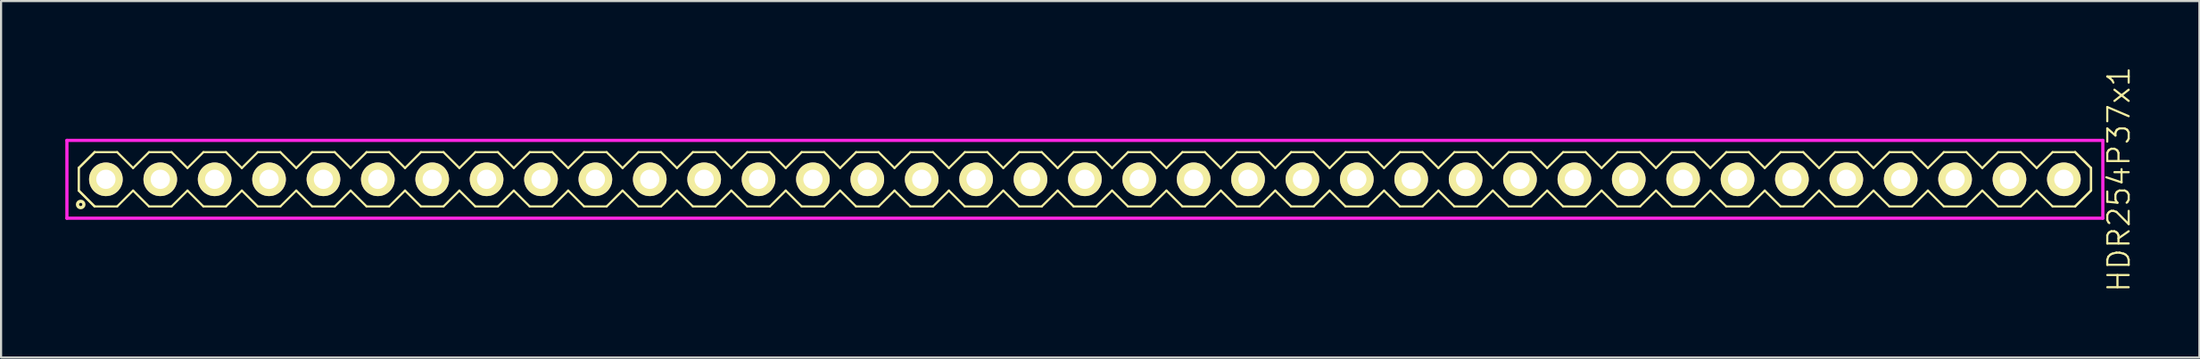
<source format=kicad_pcb>
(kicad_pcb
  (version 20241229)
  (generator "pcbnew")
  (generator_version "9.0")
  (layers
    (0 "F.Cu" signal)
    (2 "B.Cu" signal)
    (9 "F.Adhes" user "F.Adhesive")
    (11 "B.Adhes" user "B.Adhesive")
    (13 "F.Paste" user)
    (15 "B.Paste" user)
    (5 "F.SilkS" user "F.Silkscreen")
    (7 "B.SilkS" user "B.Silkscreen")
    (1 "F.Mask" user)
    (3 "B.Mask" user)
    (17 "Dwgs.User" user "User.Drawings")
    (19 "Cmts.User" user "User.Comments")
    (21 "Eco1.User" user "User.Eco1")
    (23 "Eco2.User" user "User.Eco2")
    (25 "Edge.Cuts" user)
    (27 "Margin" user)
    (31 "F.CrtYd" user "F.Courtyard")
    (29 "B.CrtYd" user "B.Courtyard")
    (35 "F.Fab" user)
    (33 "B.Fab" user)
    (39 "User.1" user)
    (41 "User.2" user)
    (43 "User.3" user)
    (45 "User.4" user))
  (footprint "HDR254P37x1"
    (layer "F.Cu")
    (at 47.615 5.336)
    (property "Reference" "HDR254P37x1" (at 48.29 0 90) (layer "F.SilkS") (effects (font (size 1 1) (thickness 0.1))))
    (attr through_hole)
    (fp_line (start -46.99 -0.526) (end -46.246 -1.27) (stroke (width 0.1) (type solid)) (layer "F.SilkS"))
    (fp_line (start -46.99 -0.526) (end -46.246 -1.27) (stroke (width 0.1) (type solid)) (layer "F.SilkS"))
    (fp_line (start -46.99 0.526) (end -46.99 -0.526) (stroke (width 0.1) (type solid)) (layer "F.SilkS"))
    (fp_line (start -46.99 0.526) (end -46.99 -0.526) (stroke (width 0.1) (type solid)) (layer "F.SilkS"))
    (fp_line (start -46.246 -1.27) (end -45.194 -1.27) (stroke (width 0.1) (type solid)) (layer "F.SilkS"))
    (fp_line (start -46.246 1.27) (end -46.99 0.526) (stroke (width 0.1) (type solid)) (layer "F.SilkS"))
    (fp_line (start -46.246 1.27) (end -46.99 0.526) (stroke (width 0.1) (type solid)) (layer "F.SilkS"))
    (fp_line (start -45.194 -1.27) (end -44.45 -0.526) (stroke (width 0.1) (type solid)) (layer "F.SilkS"))
    (fp_line (start -45.194 1.27) (end -46.246 1.27) (stroke (width 0.1) (type solid)) (layer "F.SilkS"))
    (fp_line (start -44.45 -0.526) (end -43.706 -1.27) (stroke (width 0.1) (type solid)) (layer "F.SilkS"))
    (fp_line (start -44.45 0.526) (end -45.194 1.27) (stroke (width 0.1) (type solid)) (layer "F.SilkS"))
    (fp_line (start -43.706 -1.27) (end -42.654 -1.27) (stroke (width 0.1) (type solid)) (layer "F.SilkS"))
    (fp_line (start -43.706 1.27) (end -44.45 0.526) (stroke (width 0.1) (type solid)) (layer "F.SilkS"))
    (fp_line (start -42.654 -1.27) (end -41.91 -0.526) (stroke (width 0.1) (type solid)) (layer "F.SilkS"))
    (fp_line (start -42.654 1.27) (end -43.706 1.27) (stroke (width 0.1) (type solid)) (layer "F.SilkS"))
    (fp_line (start -41.91 -0.526) (end -41.166 -1.27) (stroke (width 0.1) (type solid)) (layer "F.SilkS"))
    (fp_line (start -41.91 0.526) (end -42.654 1.27) (stroke (width 0.1) (type solid)) (layer "F.SilkS"))
    (fp_line (start -41.166 -1.27) (end -40.114 -1.27) (stroke (width 0.1) (type solid)) (layer "F.SilkS"))
    (fp_line (start -41.166 1.27) (end -41.91 0.526) (stroke (width 0.1) (type solid)) (layer "F.SilkS"))
    (fp_line (start -40.114 -1.27) (end -39.37 -0.526) (stroke (width 0.1) (type solid)) (layer "F.SilkS"))
    (fp_line (start -40.114 1.27) (end -41.166 1.27) (stroke (width 0.1) (type solid)) (layer "F.SilkS"))
    (fp_line (start -39.37 -0.526) (end -38.626 -1.27) (stroke (width 0.1) (type solid)) (layer "F.SilkS"))
    (fp_line (start -39.37 0.526) (end -40.114 1.27) (stroke (width 0.1) (type solid)) (layer "F.SilkS"))
    (fp_line (start -38.626 -1.27) (end -37.574 -1.27) (stroke (width 0.1) (type solid)) (layer "F.SilkS"))
    (fp_line (start -38.626 1.27) (end -39.37 0.526) (stroke (width 0.1) (type solid)) (layer "F.SilkS"))
    (fp_line (start -37.574 -1.27) (end -36.83 -0.526) (stroke (width 0.1) (type solid)) (layer "F.SilkS"))
    (fp_line (start -37.574 1.27) (end -38.626 1.27) (stroke (width 0.1) (type solid)) (layer "F.SilkS"))
    (fp_line (start -36.83 -0.526) (end -36.086 -1.27) (stroke (width 0.1) (type solid)) (layer "F.SilkS"))
    (fp_line (start -36.83 0.526) (end -37.574 1.27) (stroke (width 0.1) (type solid)) (layer "F.SilkS"))
    (fp_line (start -36.086 -1.27) (end -35.034 -1.27) (stroke (width 0.1) (type solid)) (layer "F.SilkS"))
    (fp_line (start -36.086 1.27) (end -36.83 0.526) (stroke (width 0.1) (type solid)) (layer "F.SilkS"))
    (fp_line (start -35.034 -1.27) (end -34.29 -0.526) (stroke (width 0.1) (type solid)) (layer "F.SilkS"))
    (fp_line (start -35.034 1.27) (end -36.086 1.27) (stroke (width 0.1) (type solid)) (layer "F.SilkS"))
    (fp_line (start -34.29 -0.526) (end -33.546 -1.27) (stroke (width 0.1) (type solid)) (layer "F.SilkS"))
    (fp_line (start -34.29 0.526) (end -35.034 1.27) (stroke (width 0.1) (type solid)) (layer "F.SilkS"))
    (fp_line (start -33.546 -1.27) (end -32.494 -1.27) (stroke (width 0.1) (type solid)) (layer "F.SilkS"))
    (fp_line (start -33.546 1.27) (end -34.29 0.526) (stroke (width 0.1) (type solid)) (layer "F.SilkS"))
    (fp_line (start -32.494 -1.27) (end -31.75 -0.526) (stroke (width 0.1) (type solid)) (layer "F.SilkS"))
    (fp_line (start -32.494 1.27) (end -33.546 1.27) (stroke (width 0.1) (type solid)) (layer "F.SilkS"))
    (fp_line (start -31.75 -0.526) (end -31.006 -1.27) (stroke (width 0.1) (type solid)) (layer "F.SilkS"))
    (fp_line (start -31.75 0.526) (end -32.494 1.27) (stroke (width 0.1) (type solid)) (layer "F.SilkS"))
    (fp_line (start -31.006 -1.27) (end -29.954 -1.27) (stroke (width 0.1) (type solid)) (layer "F.SilkS"))
    (fp_line (start -31.006 1.27) (end -31.75 0.526) (stroke (width 0.1) (type solid)) (layer "F.SilkS"))
    (fp_line (start -29.954 -1.27) (end -29.21 -0.526) (stroke (width 0.1) (type solid)) (layer "F.SilkS"))
    (fp_line (start -29.954 1.27) (end -31.006 1.27) (stroke (width 0.1) (type solid)) (layer "F.SilkS"))
    (fp_line (start -29.21 -0.526) (end -28.466 -1.27) (stroke (width 0.1) (type solid)) (layer "F.SilkS"))
    (fp_line (start -29.21 0.526) (end -29.954 1.27) (stroke (width 0.1) (type solid)) (layer "F.SilkS"))
    (fp_line (start -28.466 -1.27) (end -27.414 -1.27) (stroke (width 0.1) (type solid)) (layer "F.SilkS"))
    (fp_line (start -28.466 1.27) (end -29.21 0.526) (stroke (width 0.1) (type solid)) (layer "F.SilkS"))
    (fp_line (start -27.414 -1.27) (end -26.67 -0.526) (stroke (width 0.1) (type solid)) (layer "F.SilkS"))
    (fp_line (start -27.414 1.27) (end -28.466 1.27) (stroke (width 0.1) (type solid)) (layer "F.SilkS"))
    (fp_line (start -26.67 -0.526) (end -25.926 -1.27) (stroke (width 0.1) (type solid)) (layer "F.SilkS"))
    (fp_line (start -26.67 0.526) (end -27.414 1.27) (stroke (width 0.1) (type solid)) (layer "F.SilkS"))
    (fp_line (start -25.926 -1.27) (end -24.874 -1.27) (stroke (width 0.1) (type solid)) (layer "F.SilkS"))
    (fp_line (start -25.926 1.27) (end -26.67 0.526) (stroke (width 0.1) (type solid)) (layer "F.SilkS"))
    (fp_line (start -24.874 -1.27) (end -24.13 -0.526) (stroke (width 0.1) (type solid)) (layer "F.SilkS"))
    (fp_line (start -24.874 1.27) (end -25.926 1.27) (stroke (width 0.1) (type solid)) (layer "F.SilkS"))
    (fp_line (start -24.13 -0.526) (end -23.386 -1.27) (stroke (width 0.1) (type solid)) (layer "F.SilkS"))
    (fp_line (start -24.13 0.526) (end -24.874 1.27) (stroke (width 0.1) (type solid)) (layer "F.SilkS"))
    (fp_line (start -23.386 -1.27) (end -22.334 -1.27) (stroke (width 0.1) (type solid)) (layer "F.SilkS"))
    (fp_line (start -23.386 1.27) (end -24.13 0.526) (stroke (width 0.1) (type solid)) (layer "F.SilkS"))
    (fp_line (start -22.334 -1.27) (end -21.59 -0.526) (stroke (width 0.1) (type solid)) (layer "F.SilkS"))
    (fp_line (start -22.334 1.27) (end -23.386 1.27) (stroke (width 0.1) (type solid)) (layer "F.SilkS"))
    (fp_line (start -21.59 -0.526) (end -20.846 -1.27) (stroke (width 0.1) (type solid)) (layer "F.SilkS"))
    (fp_line (start -21.59 0.526) (end -22.334 1.27) (stroke (width 0.1) (type solid)) (layer "F.SilkS"))
    (fp_line (start -20.846 -1.27) (end -19.794 -1.27) (stroke (width 0.1) (type solid)) (layer "F.SilkS"))
    (fp_line (start -20.846 1.27) (end -21.59 0.526) (stroke (width 0.1) (type solid)) (layer "F.SilkS"))
    (fp_line (start -19.794 -1.27) (end -19.05 -0.526) (stroke (width 0.1) (type solid)) (layer "F.SilkS"))
    (fp_line (start -19.794 1.27) (end -20.846 1.27) (stroke (width 0.1) (type solid)) (layer "F.SilkS"))
    (fp_line (start -19.05 -0.526) (end -18.306 -1.27) (stroke (width 0.1) (type solid)) (layer "F.SilkS"))
    (fp_line (start -19.05 0.526) (end -19.794 1.27) (stroke (width 0.1) (type solid)) (layer "F.SilkS"))
    (fp_line (start -18.306 -1.27) (end -17.254 -1.27) (stroke (width 0.1) (type solid)) (layer "F.SilkS"))
    (fp_line (start -18.306 1.27) (end -19.05 0.526) (stroke (width 0.1) (type solid)) (layer "F.SilkS"))
    (fp_line (start -17.254 -1.27) (end -16.51 -0.526) (stroke (width 0.1) (type solid)) (layer "F.SilkS"))
    (fp_line (start -17.254 1.27) (end -18.306 1.27) (stroke (width 0.1) (type solid)) (layer "F.SilkS"))
    (fp_line (start -16.51 -0.526) (end -15.766 -1.27) (stroke (width 0.1) (type solid)) (layer "F.SilkS"))
    (fp_line (start -16.51 0.526) (end -17.254 1.27) (stroke (width 0.1) (type solid)) (layer "F.SilkS"))
    (fp_line (start -15.766 -1.27) (end -14.714 -1.27) (stroke (width 0.1) (type solid)) (layer "F.SilkS"))
    (fp_line (start -15.766 1.27) (end -16.51 0.526) (stroke (width 0.1) (type solid)) (layer "F.SilkS"))
    (fp_line (start -14.714 -1.27) (end -13.97 -0.526) (stroke (width 0.1) (type solid)) (layer "F.SilkS"))
    (fp_line (start -14.714 1.27) (end -15.766 1.27) (stroke (width 0.1) (type solid)) (layer "F.SilkS"))
    (fp_line (start -13.97 -0.526) (end -13.226 -1.27) (stroke (width 0.1) (type solid)) (layer "F.SilkS"))
    (fp_line (start -13.97 0.526) (end -14.714 1.27) (stroke (width 0.1) (type solid)) (layer "F.SilkS"))
    (fp_line (start -13.226 -1.27) (end -12.174 -1.27) (stroke (width 0.1) (type solid)) (layer "F.SilkS"))
    (fp_line (start -13.226 1.27) (end -13.97 0.526) (stroke (width 0.1) (type solid)) (layer "F.SilkS"))
    (fp_line (start -12.174 -1.27) (end -11.43 -0.526) (stroke (width 0.1) (type solid)) (layer "F.SilkS"))
    (fp_line (start -12.174 1.27) (end -13.226 1.27) (stroke (width 0.1) (type solid)) (layer "F.SilkS"))
    (fp_line (start -11.43 -0.526) (end -10.686 -1.27) (stroke (width 0.1) (type solid)) (layer "F.SilkS"))
    (fp_line (start -11.43 0.526) (end -12.174 1.27) (stroke (width 0.1) (type solid)) (layer "F.SilkS"))
    (fp_line (start -10.686 -1.27) (end -9.634 -1.27) (stroke (width 0.1) (type solid)) (layer "F.SilkS"))
    (fp_line (start -10.686 1.27) (end -11.43 0.526) (stroke (width 0.1) (type solid)) (layer "F.SilkS"))
    (fp_line (start -9.634 -1.27) (end -8.89 -0.526) (stroke (width 0.1) (type solid)) (layer "F.SilkS"))
    (fp_line (start -9.634 1.27) (end -10.686 1.27) (stroke (width 0.1) (type solid)) (layer "F.SilkS"))
    (fp_line (start -8.89 -0.526) (end -8.146 -1.27) (stroke (width 0.1) (type solid)) (layer "F.SilkS"))
    (fp_line (start -8.89 0.526) (end -9.634 1.27) (stroke (width 0.1) (type solid)) (layer "F.SilkS"))
    (fp_line (start -8.146 -1.27) (end -7.094 -1.27) (stroke (width 0.1) (type solid)) (layer "F.SilkS"))
    (fp_line (start -8.146 1.27) (end -8.89 0.526) (stroke (width 0.1) (type solid)) (layer "F.SilkS"))
    (fp_line (start -7.094 -1.27) (end -6.35 -0.526) (stroke (width 0.1) (type solid)) (layer "F.SilkS"))
    (fp_line (start -7.094 1.27) (end -8.146 1.27) (stroke (width 0.1) (type solid)) (layer "F.SilkS"))
    (fp_line (start -6.35 -0.526) (end -5.606 -1.27) (stroke (width 0.1) (type solid)) (layer "F.SilkS"))
    (fp_line (start -6.35 0.526) (end -7.094 1.27) (stroke (width 0.1) (type solid)) (layer "F.SilkS"))
    (fp_line (start -5.606 -1.27) (end -4.554 -1.27) (stroke (width 0.1) (type solid)) (layer "F.SilkS"))
    (fp_line (start -5.606 1.27) (end -6.35 0.526) (stroke (width 0.1) (type solid)) (layer "F.SilkS"))
    (fp_line (start -4.554 -1.27) (end -3.81 -0.526) (stroke (width 0.1) (type solid)) (layer "F.SilkS"))
    (fp_line (start -4.554 1.27) (end -5.606 1.27) (stroke (width 0.1) (type solid)) (layer "F.SilkS"))
    (fp_line (start -3.81 -0.526) (end -3.066 -1.27) (stroke (width 0.1) (type solid)) (layer "F.SilkS"))
    (fp_line (start -3.81 0.526) (end -4.554 1.27) (stroke (width 0.1) (type solid)) (layer "F.SilkS"))
    (fp_line (start -3.066 -1.27) (end -2.014 -1.27) (stroke (width 0.1) (type solid)) (layer "F.SilkS"))
    (fp_line (start -3.066 1.27) (end -3.81 0.526) (stroke (width 0.1) (type solid)) (layer "F.SilkS"))
    (fp_line (start -2.014 -1.27) (end -1.27 -0.526) (stroke (width 0.1) (type solid)) (layer "F.SilkS"))
    (fp_line (start -2.014 1.27) (end -3.066 1.27) (stroke (width 0.1) (type solid)) (layer "F.SilkS"))
    (fp_line (start -1.27 -0.526) (end -0.526 -1.27) (stroke (width 0.1) (type solid)) (layer "F.SilkS"))
    (fp_line (start -1.27 0.526) (end -2.014 1.27) (stroke (width 0.1) (type solid)) (layer "F.SilkS"))
    (fp_line (start -0.526 -1.27) (end 0.526 -1.27) (stroke (width 0.1) (type solid)) (layer "F.SilkS"))
    (fp_line (start -0.526 1.27) (end -1.27 0.526) (stroke (width 0.1) (type solid)) (layer "F.SilkS"))
    (fp_line (start 0.526 -1.27) (end 1.27 -0.526) (stroke (width 0.1) (type solid)) (layer "F.SilkS"))
    (fp_line (start 0.526 1.27) (end -0.526 1.27) (stroke (width 0.1) (type solid)) (layer "F.SilkS"))
    (fp_line (start 1.27 -0.526) (end 2.014 -1.27) (stroke (width 0.1) (type solid)) (layer "F.SilkS"))
    (fp_line (start 1.27 0.526) (end 0.526 1.27) (stroke (width 0.1) (type solid)) (layer "F.SilkS"))
    (fp_line (start 2.014 -1.27) (end 3.066 -1.27) (stroke (width 0.1) (type solid)) (layer "F.SilkS"))
    (fp_line (start 2.014 1.27) (end 1.27 0.526) (stroke (width 0.1) (type solid)) (layer "F.SilkS"))
    (fp_line (start 3.066 -1.27) (end 3.81 -0.526) (stroke (width 0.1) (type solid)) (layer "F.SilkS"))
    (fp_line (start 3.066 1.27) (end 2.014 1.27) (stroke (width 0.1) (type solid)) (layer "F.SilkS"))
    (fp_line (start 3.81 -0.526) (end 4.554 -1.27) (stroke (width 0.1) (type solid)) (layer "F.SilkS"))
    (fp_line (start 3.81 0.526) (end 3.066 1.27) (stroke (width 0.1) (type solid)) (layer "F.SilkS"))
    (fp_line (start 4.554 -1.27) (end 5.606 -1.27) (stroke (width 0.1) (type solid)) (layer "F.SilkS"))
    (fp_line (start 4.554 1.27) (end 3.81 0.526) (stroke (width 0.1) (type solid)) (layer "F.SilkS"))
    (fp_line (start 5.606 -1.27) (end 6.35 -0.526) (stroke (width 0.1) (type solid)) (layer "F.SilkS"))
    (fp_line (start 5.606 1.27) (end 4.554 1.27) (stroke (width 0.1) (type solid)) (layer "F.SilkS"))
    (fp_line (start 6.35 -0.526) (end 7.094 -1.27) (stroke (width 0.1) (type solid)) (layer "F.SilkS"))
    (fp_line (start 6.35 0.526) (end 5.606 1.27) (stroke (width 0.1) (type solid)) (layer "F.SilkS"))
    (fp_line (start 7.094 -1.27) (end 8.146 -1.27) (stroke (width 0.1) (type solid)) (layer "F.SilkS"))
    (fp_line (start 7.094 1.27) (end 6.35 0.526) (stroke (width 0.1) (type solid)) (layer "F.SilkS"))
    (fp_line (start 8.146 -1.27) (end 8.89 -0.526) (stroke (width 0.1) (type solid)) (layer "F.SilkS"))
    (fp_line (start 8.146 1.27) (end 7.094 1.27) (stroke (width 0.1) (type solid)) (layer "F.SilkS"))
    (fp_line (start 8.89 -0.526) (end 9.634 -1.27) (stroke (width 0.1) (type solid)) (layer "F.SilkS"))
    (fp_line (start 8.89 0.526) (end 8.146 1.27) (stroke (width 0.1) (type solid)) (layer "F.SilkS"))
    (fp_line (start 9.634 -1.27) (end 10.686 -1.27) (stroke (width 0.1) (type solid)) (layer "F.SilkS"))
    (fp_line (start 9.634 1.27) (end 8.89 0.526) (stroke (width 0.1) (type solid)) (layer "F.SilkS"))
    (fp_line (start 10.686 -1.27) (end 11.43 -0.526) (stroke (width 0.1) (type solid)) (layer "F.SilkS"))
    (fp_line (start 10.686 1.27) (end 9.634 1.27) (stroke (width 0.1) (type solid)) (layer "F.SilkS"))
    (fp_line (start 11.43 -0.526) (end 12.174 -1.27) (stroke (width 0.1) (type solid)) (layer "F.SilkS"))
    (fp_line (start 11.43 0.526) (end 10.686 1.27) (stroke (width 0.1) (type solid)) (layer "F.SilkS"))
    (fp_line (start 12.174 -1.27) (end 13.226 -1.27) (stroke (width 0.1) (type solid)) (layer "F.SilkS"))
    (fp_line (start 12.174 1.27) (end 11.43 0.526) (stroke (width 0.1) (type solid)) (layer "F.SilkS"))
    (fp_line (start 13.226 -1.27) (end 13.97 -0.526) (stroke (width 0.1) (type solid)) (layer "F.SilkS"))
    (fp_line (start 13.226 1.27) (end 12.174 1.27) (stroke (width 0.1) (type solid)) (layer "F.SilkS"))
    (fp_line (start 13.97 -0.526) (end 14.714 -1.27) (stroke (width 0.1) (type solid)) (layer "F.SilkS"))
    (fp_line (start 13.97 0.526) (end 13.226 1.27) (stroke (width 0.1) (type solid)) (layer "F.SilkS"))
    (fp_line (start 14.714 -1.27) (end 15.766 -1.27) (stroke (width 0.1) (type solid)) (layer "F.SilkS"))
    (fp_line (start 14.714 1.27) (end 13.97 0.526) (stroke (width 0.1) (type solid)) (layer "F.SilkS"))
    (fp_line (start 15.766 -1.27) (end 16.51 -0.526) (stroke (width 0.1) (type solid)) (layer "F.SilkS"))
    (fp_line (start 15.766 1.27) (end 14.714 1.27) (stroke (width 0.1) (type solid)) (layer "F.SilkS"))
    (fp_line (start 16.51 -0.526) (end 17.254 -1.27) (stroke (width 0.1) (type solid)) (layer "F.SilkS"))
    (fp_line (start 16.51 0.526) (end 15.766 1.27) (stroke (width 0.1) (type solid)) (layer "F.SilkS"))
    (fp_line (start 17.254 -1.27) (end 18.306 -1.27) (stroke (width 0.1) (type solid)) (layer "F.SilkS"))
    (fp_line (start 17.254 1.27) (end 16.51 0.526) (stroke (width 0.1) (type solid)) (layer "F.SilkS"))
    (fp_line (start 18.306 -1.27) (end 19.05 -0.526) (stroke (width 0.1) (type solid)) (layer "F.SilkS"))
    (fp_line (start 18.306 1.27) (end 17.254 1.27) (stroke (width 0.1) (type solid)) (layer "F.SilkS"))
    (fp_line (start 19.05 -0.526) (end 19.794 -1.27) (stroke (width 0.1) (type solid)) (layer "F.SilkS"))
    (fp_line (start 19.05 0.526) (end 18.306 1.27) (stroke (width 0.1) (type solid)) (layer "F.SilkS"))
    (fp_line (start 19.794 -1.27) (end 20.846 -1.27) (stroke (width 0.1) (type solid)) (layer "F.SilkS"))
    (fp_line (start 19.794 1.27) (end 19.05 0.526) (stroke (width 0.1) (type solid)) (layer "F.SilkS"))
    (fp_line (start 20.846 -1.27) (end 21.59 -0.526) (stroke (width 0.1) (type solid)) (layer "F.SilkS"))
    (fp_line (start 20.846 1.27) (end 19.794 1.27) (stroke (width 0.1) (type solid)) (layer "F.SilkS"))
    (fp_line (start 21.59 -0.526) (end 22.334 -1.27) (stroke (width 0.1) (type solid)) (layer "F.SilkS"))
    (fp_line (start 21.59 0.526) (end 20.846 1.27) (stroke (width 0.1) (type solid)) (layer "F.SilkS"))
    (fp_line (start 22.334 -1.27) (end 23.386 -1.27) (stroke (width 0.1) (type solid)) (layer "F.SilkS"))
    (fp_line (start 22.334 1.27) (end 21.59 0.526) (stroke (width 0.1) (type solid)) (layer "F.SilkS"))
    (fp_line (start 23.386 -1.27) (end 24.13 -0.526) (stroke (width 0.1) (type solid)) (layer "F.SilkS"))
    (fp_line (start 23.386 1.27) (end 22.334 1.27) (stroke (width 0.1) (type solid)) (layer "F.SilkS"))
    (fp_line (start 24.13 -0.526) (end 24.874 -1.27) (stroke (width 0.1) (type solid)) (layer "F.SilkS"))
    (fp_line (start 24.13 0.526) (end 23.386 1.27) (stroke (width 0.1) (type solid)) (layer "F.SilkS"))
    (fp_line (start 24.874 -1.27) (end 25.926 -1.27) (stroke (width 0.1) (type solid)) (layer "F.SilkS"))
    (fp_line (start 24.874 1.27) (end 24.13 0.526) (stroke (width 0.1) (type solid)) (layer "F.SilkS"))
    (fp_line (start 25.926 -1.27) (end 26.67 -0.526) (stroke (width 0.1) (type solid)) (layer "F.SilkS"))
    (fp_line (start 25.926 1.27) (end 24.874 1.27) (stroke (width 0.1) (type solid)) (layer "F.SilkS"))
    (fp_line (start 26.67 -0.526) (end 27.414 -1.27) (stroke (width 0.1) (type solid)) (layer "F.SilkS"))
    (fp_line (start 26.67 0.526) (end 25.926 1.27) (stroke (width 0.1) (type solid)) (layer "F.SilkS"))
    (fp_line (start 27.414 -1.27) (end 28.466 -1.27) (stroke (width 0.1) (type solid)) (layer "F.SilkS"))
    (fp_line (start 27.414 1.27) (end 26.67 0.526) (stroke (width 0.1) (type solid)) (layer "F.SilkS"))
    (fp_line (start 28.466 -1.27) (end 29.21 -0.526) (stroke (width 0.1) (type solid)) (layer "F.SilkS"))
    (fp_line (start 28.466 1.27) (end 27.414 1.27) (stroke (width 0.1) (type solid)) (layer "F.SilkS"))
    (fp_line (start 29.21 -0.526) (end 29.954 -1.27) (stroke (width 0.1) (type solid)) (layer "F.SilkS"))
    (fp_line (start 29.21 0.526) (end 28.466 1.27) (stroke (width 0.1) (type solid)) (layer "F.SilkS"))
    (fp_line (start 29.954 -1.27) (end 31.006 -1.27) (stroke (width 0.1) (type solid)) (layer "F.SilkS"))
    (fp_line (start 29.954 1.27) (end 29.21 0.526) (stroke (width 0.1) (type solid)) (layer "F.SilkS"))
    (fp_line (start 31.006 -1.27) (end 31.75 -0.526) (stroke (width 0.1) (type solid)) (layer "F.SilkS"))
    (fp_line (start 31.006 1.27) (end 29.954 1.27) (stroke (width 0.1) (type solid)) (layer "F.SilkS"))
    (fp_line (start 31.75 -0.526) (end 32.494 -1.27) (stroke (width 0.1) (type solid)) (layer "F.SilkS"))
    (fp_line (start 31.75 0.526) (end 31.006 1.27) (stroke (width 0.1) (type solid)) (layer "F.SilkS"))
    (fp_line (start 32.494 -1.27) (end 33.546 -1.27) (stroke (width 0.1) (type solid)) (layer "F.SilkS"))
    (fp_line (start 32.494 1.27) (end 31.75 0.526) (stroke (width 0.1) (type solid)) (layer "F.SilkS"))
    (fp_line (start 33.546 -1.27) (end 34.29 -0.526) (stroke (width 0.1) (type solid)) (layer "F.SilkS"))
    (fp_line (start 33.546 1.27) (end 32.494 1.27) (stroke (width 0.1) (type solid)) (layer "F.SilkS"))
    (fp_line (start 34.29 -0.526) (end 35.034 -1.27) (stroke (width 0.1) (type solid)) (layer "F.SilkS"))
    (fp_line (start 34.29 0.526) (end 33.546 1.27) (stroke (width 0.1) (type solid)) (layer "F.SilkS"))
    (fp_line (start 35.034 -1.27) (end 36.086 -1.27) (stroke (width 0.1) (type solid)) (layer "F.SilkS"))
    (fp_line (start 35.034 1.27) (end 34.29 0.526) (stroke (width 0.1) (type solid)) (layer "F.SilkS"))
    (fp_line (start 36.086 -1.27) (end 36.83 -0.526) (stroke (width 0.1) (type solid)) (layer "F.SilkS"))
    (fp_line (start 36.086 1.27) (end 35.034 1.27) (stroke (width 0.1) (type solid)) (layer "F.SilkS"))
    (fp_line (start 36.83 -0.526) (end 37.574 -1.27) (stroke (width 0.1) (type solid)) (layer "F.SilkS"))
    (fp_line (start 36.83 0.526) (end 36.086 1.27) (stroke (width 0.1) (type solid)) (layer "F.SilkS"))
    (fp_line (start 37.574 -1.27) (end 38.626 -1.27) (stroke (width 0.1) (type solid)) (layer "F.SilkS"))
    (fp_line (start 37.574 1.27) (end 36.83 0.526) (stroke (width 0.1) (type solid)) (layer "F.SilkS"))
    (fp_line (start 38.626 -1.27) (end 39.37 -0.526) (stroke (width 0.1) (type solid)) (layer "F.SilkS"))
    (fp_line (start 38.626 1.27) (end 37.574 1.27) (stroke (width 0.1) (type solid)) (layer "F.SilkS"))
    (fp_line (start 39.37 -0.526) (end 40.114 -1.27) (stroke (width 0.1) (type solid)) (layer "F.SilkS"))
    (fp_line (start 39.37 0.526) (end 38.626 1.27) (stroke (width 0.1) (type solid)) (layer "F.SilkS"))
    (fp_line (start 40.114 -1.27) (end 41.166 -1.27) (stroke (width 0.1) (type solid)) (layer "F.SilkS"))
    (fp_line (start 40.114 1.27) (end 39.37 0.526) (stroke (width 0.1) (type solid)) (layer "F.SilkS"))
    (fp_line (start 41.166 -1.27) (end 41.91 -0.526) (stroke (width 0.1) (type solid)) (layer "F.SilkS"))
    (fp_line (start 41.166 1.27) (end 40.114 1.27) (stroke (width 0.1) (type solid)) (layer "F.SilkS"))
    (fp_line (start 41.91 -0.526) (end 42.654 -1.27) (stroke (width 0.1) (type solid)) (layer "F.SilkS"))
    (fp_line (start 41.91 0.526) (end 41.166 1.27) (stroke (width 0.1) (type solid)) (layer "F.SilkS"))
    (fp_line (start 42.654 -1.27) (end 43.706 -1.27) (stroke (width 0.1) (type solid)) (layer "F.SilkS"))
    (fp_line (start 42.654 1.27) (end 41.91 0.526) (stroke (width 0.1) (type solid)) (layer "F.SilkS"))
    (fp_line (start 43.706 -1.27) (end 44.45 -0.526) (stroke (width 0.1) (type solid)) (layer "F.SilkS"))
    (fp_line (start 43.706 1.27) (end 42.654 1.27) (stroke (width 0.1) (type solid)) (layer "F.SilkS"))
    (fp_line (start 44.45 -0.526) (end 45.194 -1.27) (stroke (width 0.1) (type solid)) (layer "F.SilkS"))
    (fp_line (start 44.45 0.526) (end 43.706 1.27) (stroke (width 0.1) (type solid)) (layer "F.SilkS"))
    (fp_line (start 45.194 -1.27) (end 46.246 -1.27) (stroke (width 0.1) (type solid)) (layer "F.SilkS"))
    (fp_line (start 45.194 1.27) (end 44.45 0.526) (stroke (width 0.1) (type solid)) (layer "F.SilkS"))
    (fp_line (start 46.246 -1.27) (end 46.99 -0.526) (stroke (width 0.1) (type solid)) (layer "F.SilkS"))
    (fp_line (start 46.246 -1.27) (end 46.99 -0.526) (stroke (width 0.1) (type solid)) (layer "F.SilkS"))
    (fp_line (start 46.246 1.27) (end 45.194 1.27) (stroke (width 0.1) (type solid)) (layer "F.SilkS"))
    (fp_line (start 46.99 -0.526) (end 46.99 0.526) (stroke (width 0.1) (type solid)) (layer "F.SilkS"))
    (fp_line (start 46.99 -0.526) (end 46.99 0.526) (stroke (width 0.1) (type solid)) (layer "F.SilkS"))
    (fp_line (start 46.99 0.526) (end 46.246 1.27) (stroke (width 0.1) (type solid)) (layer "F.SilkS"))
    (fp_line (start 46.99 0.526) (end 46.246 1.27) (stroke (width 0.1) (type solid)) (layer "F.SilkS"))
    (fp_circle (center -46.897 1.178) (end -46.747 1.178) (stroke (width 0.15) (type solid)) (fill no) (layer "F.SilkS"))
    (fp_line (start -47.54 -1.82) (end -47.54 1.82) (stroke (width 0.15) (type solid)) (layer "F.CrtYd"))
    (fp_line (start -47.54 1.82) (end 47.54 1.82) (stroke (width 0.15) (type solid)) (layer "F.CrtYd"))
    (fp_line (start 47.54 -1.82) (end -47.54 -1.82) (stroke (width 0.15) (type solid)) (layer "F.CrtYd"))
    (fp_line (start 47.54 1.82) (end 47.54 -1.82) (stroke (width 0.15) (type solid)) (layer "F.CrtYd"))
    (pad "1" thru_hole oval (at -45.72 0) (size 1.57 1.57) (drill 0.9) (layers "*.Cu" "*.Mask" "F.SilkS"))
    (pad "2" thru_hole oval (at -43.18 0) (size 1.57 1.57) (drill 0.9) (layers "*.Cu" "*.Mask" "F.SilkS"))
    (pad "3" thru_hole oval (at -40.64 0) (size 1.57 1.57) (drill 0.9) (layers "*.Cu" "*.Mask" "F.SilkS"))
    (pad "4" thru_hole oval (at -38.1 0) (size 1.57 1.57) (drill 0.9) (layers "*.Cu" "*.Mask" "F.SilkS"))
    (pad "5" thru_hole oval (at -35.56 0) (size 1.57 1.57) (drill 0.9) (layers "*.Cu" "*.Mask" "F.SilkS"))
    (pad "6" thru_hole oval (at -33.02 0) (size 1.57 1.57) (drill 0.9) (layers "*.Cu" "*.Mask" "F.SilkS"))
    (pad "7" thru_hole oval (at -30.48 0) (size 1.57 1.57) (drill 0.9) (layers "*.Cu" "*.Mask" "F.SilkS"))
    (pad "8" thru_hole oval (at -27.94 0) (size 1.57 1.57) (drill 0.9) (layers "*.Cu" "*.Mask" "F.SilkS"))
    (pad "9" thru_hole oval (at -25.4 0) (size 1.57 1.57) (drill 0.9) (layers "*.Cu" "*.Mask" "F.SilkS"))
    (pad "10" thru_hole oval (at -22.86 0) (size 1.57 1.57) (drill 0.9) (layers "*.Cu" "*.Mask" "F.SilkS"))
    (pad "11" thru_hole oval (at -20.32 0) (size 1.57 1.57) (drill 0.9) (layers "*.Cu" "*.Mask" "F.SilkS"))
    (pad "12" thru_hole oval (at -17.78 0) (size 1.57 1.57) (drill 0.9) (layers "*.Cu" "*.Mask" "F.SilkS"))
    (pad "13" thru_hole oval (at -15.24 0) (size 1.57 1.57) (drill 0.9) (layers "*.Cu" "*.Mask" "F.SilkS"))
    (pad "14" thru_hole oval (at -12.7 0) (size 1.57 1.57) (drill 0.9) (layers "*.Cu" "*.Mask" "F.SilkS"))
    (pad "15" thru_hole oval (at -10.16 0) (size 1.57 1.57) (drill 0.9) (layers "*.Cu" "*.Mask" "F.SilkS"))
    (pad "16" thru_hole oval (at -7.62 0) (size 1.57 1.57) (drill 0.9) (layers "*.Cu" "*.Mask" "F.SilkS"))
    (pad "17" thru_hole oval (at -5.08 0) (size 1.57 1.57) (drill 0.9) (layers "*.Cu" "*.Mask" "F.SilkS"))
    (pad "18" thru_hole oval (at -2.54 0) (size 1.57 1.57) (drill 0.9) (layers "*.Cu" "*.Mask" "F.SilkS"))
    (pad "19" thru_hole oval (at 0 0) (size 1.57 1.57) (drill 0.9) (layers "*.Cu" "*.Mask" "F.SilkS"))
    (pad "20" thru_hole oval (at 2.54 0) (size 1.57 1.57) (drill 0.9) (layers "*.Cu" "*.Mask" "F.SilkS"))
    (pad "21" thru_hole oval (at 5.08 0) (size 1.57 1.57) (drill 0.9) (layers "*.Cu" "*.Mask" "F.SilkS"))
    (pad "22" thru_hole oval (at 7.62 0) (size 1.57 1.57) (drill 0.9) (layers "*.Cu" "*.Mask" "F.SilkS"))
    (pad "23" thru_hole oval (at 10.16 0) (size 1.57 1.57) (drill 0.9) (layers "*.Cu" "*.Mask" "F.SilkS"))
    (pad "24" thru_hole oval (at 12.7 0) (size 1.57 1.57) (drill 0.9) (layers "*.Cu" "*.Mask" "F.SilkS"))
    (pad "25" thru_hole oval (at 15.24 0) (size 1.57 1.57) (drill 0.9) (layers "*.Cu" "*.Mask" "F.SilkS"))
    (pad "26" thru_hole oval (at 17.78 0) (size 1.57 1.57) (drill 0.9) (layers "*.Cu" "*.Mask" "F.SilkS"))
    (pad "27" thru_hole oval (at 20.32 0) (size 1.57 1.57) (drill 0.9) (layers "*.Cu" "*.Mask" "F.SilkS"))
    (pad "28" thru_hole oval (at 22.86 0) (size 1.57 1.57) (drill 0.9) (layers "*.Cu" "*.Mask" "F.SilkS"))
    (pad "29" thru_hole oval (at 25.4 0) (size 1.57 1.57) (drill 0.9) (layers "*.Cu" "*.Mask" "F.SilkS"))
    (pad "30" thru_hole oval (at 27.94 0) (size 1.57 1.57) (drill 0.9) (layers "*.Cu" "*.Mask" "F.SilkS"))
    (pad "31" thru_hole oval (at 30.48 0) (size 1.57 1.57) (drill 0.9) (layers "*.Cu" "*.Mask" "F.SilkS"))
    (pad "32" thru_hole oval (at 33.02 0) (size 1.57 1.57) (drill 0.9) (layers "*.Cu" "*.Mask" "F.SilkS"))
    (pad "33" thru_hole oval (at 35.56 0) (size 1.57 1.57) (drill 0.9) (layers "*.Cu" "*.Mask" "F.SilkS"))
    (pad "34" thru_hole oval (at 38.1 0) (size 1.57 1.57) (drill 0.9) (layers "*.Cu" "*.Mask" "F.SilkS"))
    (pad "35" thru_hole oval (at 40.64 0) (size 1.57 1.57) (drill 0.9) (layers "*.Cu" "*.Mask" "F.SilkS"))
    (pad "36" thru_hole oval (at 43.18 0) (size 1.57 1.57) (drill 0.9) (layers "*.Cu" "*.Mask" "F.SilkS"))
    (pad "37" thru_hole oval (at 45.72 0) (size 1.57 1.57) (drill 0.9) (layers "*.Cu" "*.Mask" "F.SilkS")))
  (gr_rect
    (start -3 -3)
    (end 99.665 13.671)
    (stroke (width 0.1) (type default))
    (fill no)
    (layer "Edge.Cuts")))
</source>
